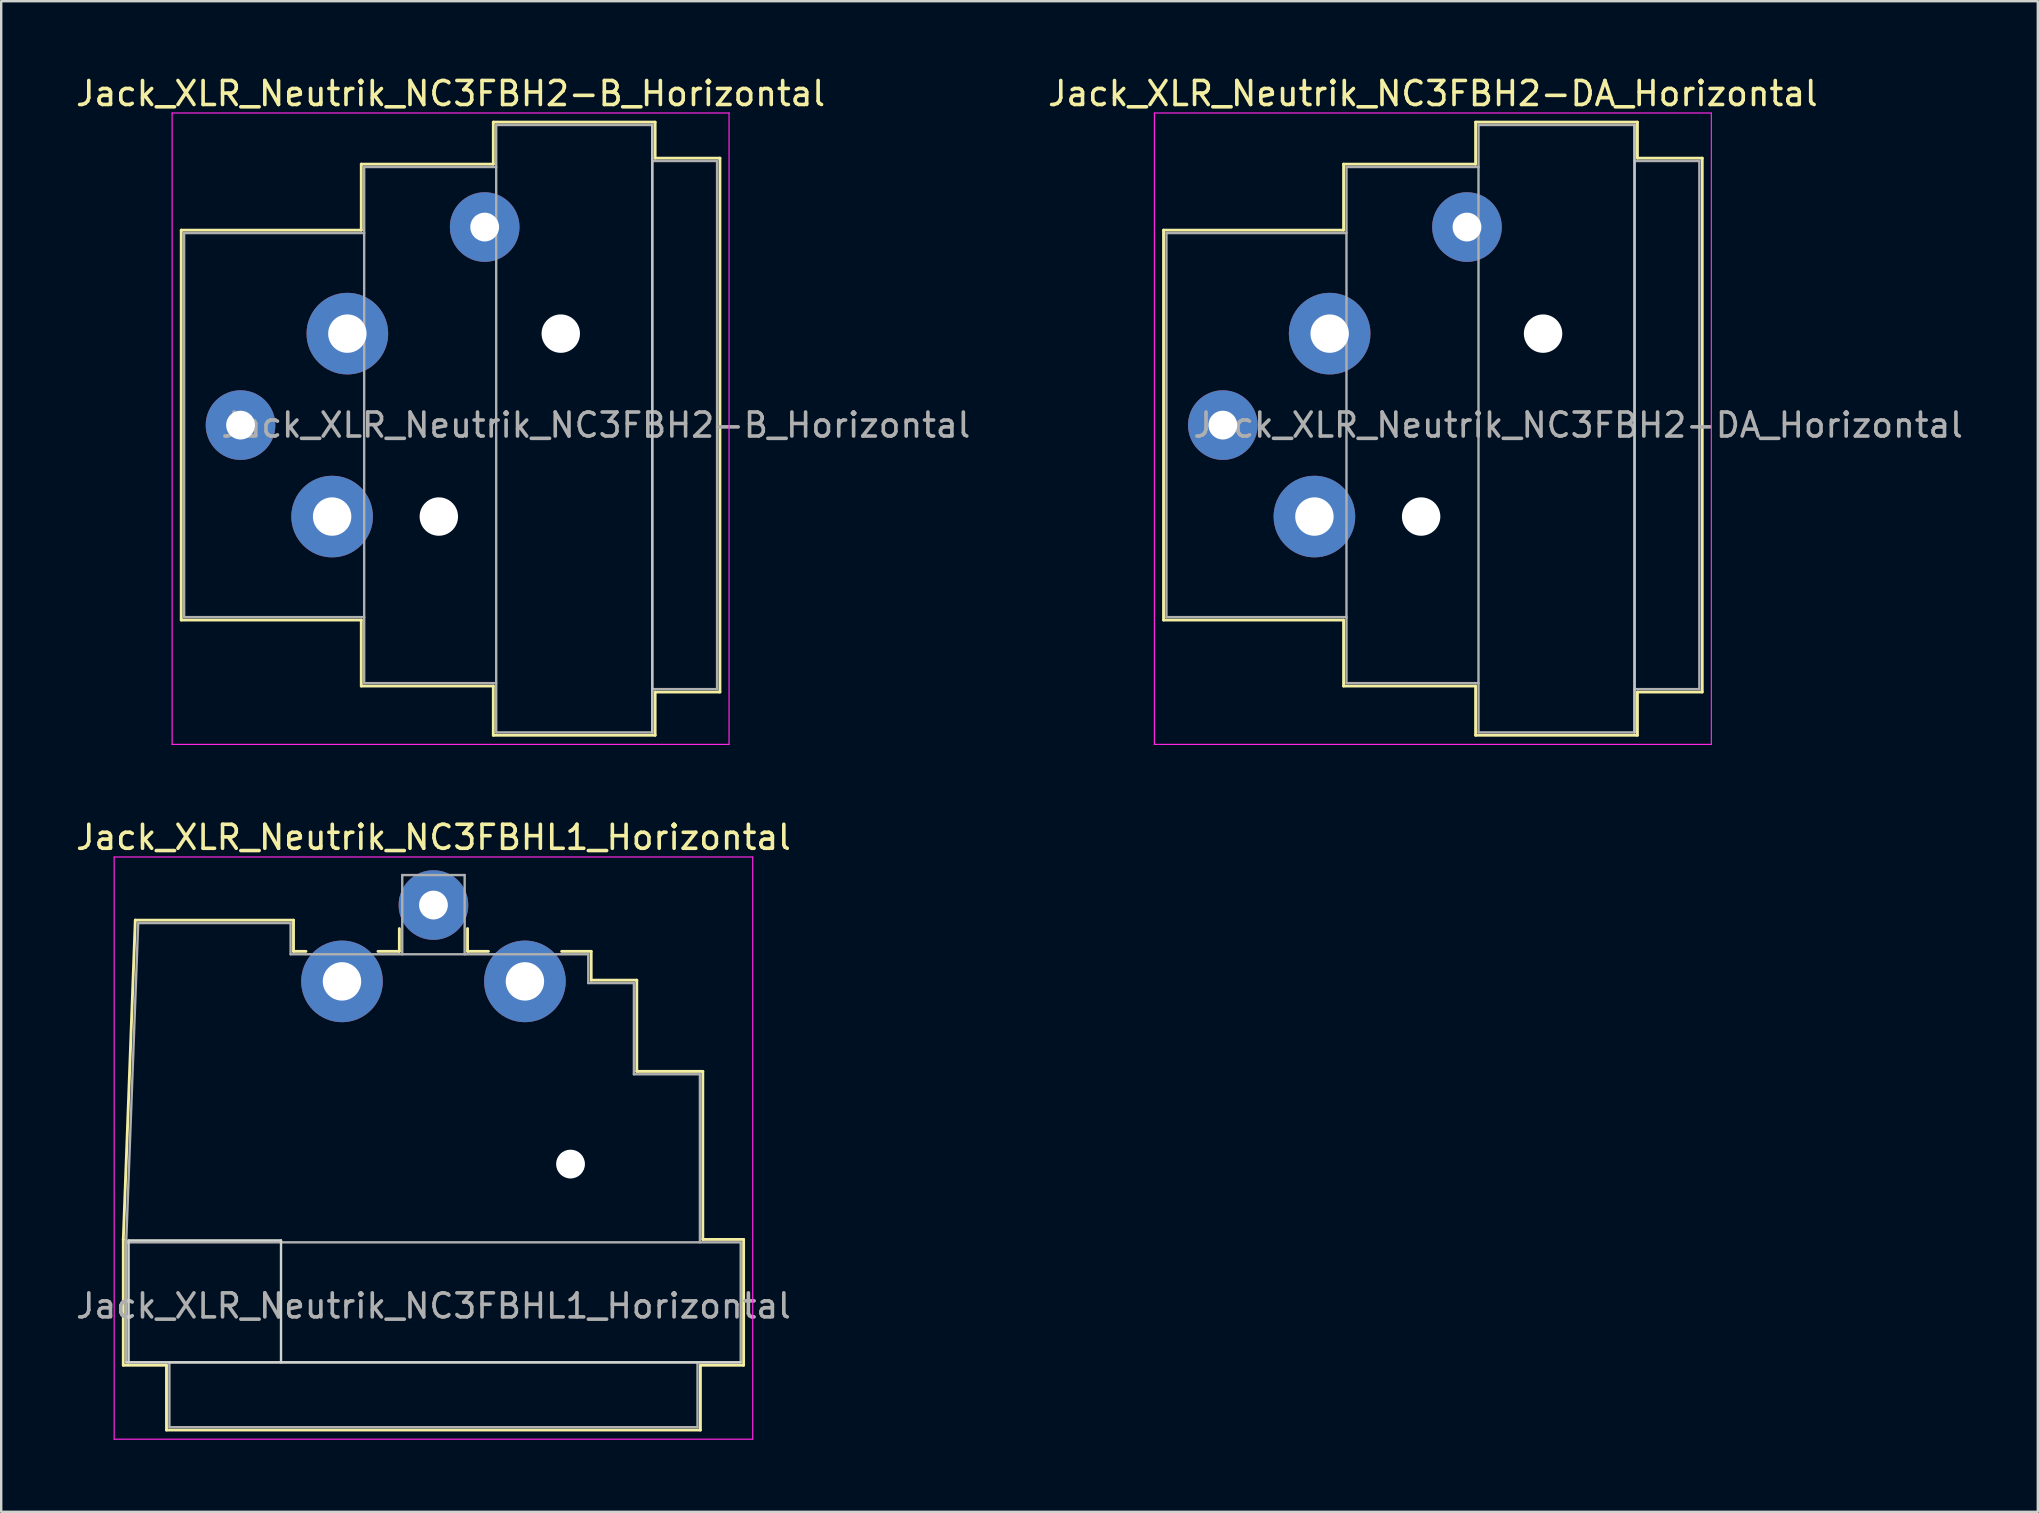
<source format=kicad_pcb>
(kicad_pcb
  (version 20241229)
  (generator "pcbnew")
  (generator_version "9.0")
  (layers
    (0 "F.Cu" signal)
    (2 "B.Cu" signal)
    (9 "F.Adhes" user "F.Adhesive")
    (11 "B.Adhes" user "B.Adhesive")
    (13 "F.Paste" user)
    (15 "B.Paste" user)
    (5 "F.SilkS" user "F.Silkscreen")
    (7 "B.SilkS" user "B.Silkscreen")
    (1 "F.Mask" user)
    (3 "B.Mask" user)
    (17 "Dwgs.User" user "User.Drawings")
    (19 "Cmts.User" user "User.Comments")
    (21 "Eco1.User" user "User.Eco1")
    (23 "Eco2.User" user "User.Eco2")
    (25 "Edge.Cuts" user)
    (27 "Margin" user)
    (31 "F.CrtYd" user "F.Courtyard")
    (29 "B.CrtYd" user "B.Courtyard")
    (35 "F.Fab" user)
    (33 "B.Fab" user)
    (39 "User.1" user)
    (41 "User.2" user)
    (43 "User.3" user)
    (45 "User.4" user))
  (footprint "Jack_XLR_Neutrik_NC3FBHL1_Horizontal"
    (layer "F.Cu")
    (at 11.196 37.831)
    (property "Reference" "Jack_XLR_Neutrik_NC3FBHL1_Horizontal" (at 3.81 -6 0) (layer "F.SilkS") (effects (font (size 1 1) (thickness 0.15))))
    (attr through_hole)
    (fp_line (start -9.11 10.75) (end -8.61 -2.55) (stroke (width 0.12) (type solid)) (layer "F.SilkS"))
    (fp_line (start -9.11 15.99) (end -9.11 10.75) (stroke (width 0.12) (type solid)) (layer "F.SilkS"))
    (fp_line (start -8.61 -2.55) (end -2.02 -2.55) (stroke (width 0.12) (type solid)) (layer "F.SilkS"))
    (fp_line (start -7.31 15.99) (end -9.11 15.99) (stroke (width 0.12) (type solid)) (layer "F.SilkS"))
    (fp_line (start -7.31 15.99) (end -7.31 18.69) (stroke (width 0.12) (type solid)) (layer "F.SilkS"))
    (fp_line (start -2.02 -2.55) (end -2.02 -1.25) (stroke (width 0.12) (type solid)) (layer "F.SilkS"))
    (fp_line (start -2.02 -1.25) (end -1.5 -1.25) (stroke (width 0.12) (type solid)) (layer "F.SilkS"))
    (fp_line (start 1.5 -1.25) (end 2.39 -1.25) (stroke (width 0.12) (type solid)) (layer "F.SilkS"))
    (fp_line (start 2.39 -1.25) (end 2.39 -2.2) (stroke (width 0.12) (type solid)) (layer "F.SilkS"))
    (fp_line (start 5.23 -1.25) (end 5.23 -2.2) (stroke (width 0.12) (type solid)) (layer "F.SilkS"))
    (fp_line (start 5.23 -1.25) (end 6.1 -1.25) (stroke (width 0.12) (type solid)) (layer "F.SilkS"))
    (fp_line (start 9.15 -1.25) (end 10.38 -1.25) (stroke (width 0.12) (type solid)) (layer "F.SilkS"))
    (fp_line (start 10.38 -0.05) (end 10.38 -1.25) (stroke (width 0.12) (type solid)) (layer "F.SilkS"))
    (fp_line (start 10.38 -0.05) (end 12.28 -0.05) (stroke (width 0.12) (type solid)) (layer "F.SilkS"))
    (fp_line (start 12.28 3.75) (end 12.28 -0.05) (stroke (width 0.12) (type solid)) (layer "F.SilkS"))
    (fp_line (start 12.28 3.75) (end 15.03 3.75) (stroke (width 0.12) (type solid)) (layer "F.SilkS"))
    (fp_line (start 14.93 15.99) (end 14.93 18.69) (stroke (width 0.12) (type solid)) (layer "F.SilkS"))
    (fp_line (start 14.93 18.69) (end -7.31 18.69) (stroke (width 0.12) (type solid)) (layer "F.SilkS"))
    (fp_line (start 15.03 10.75) (end 15.03 3.75) (stroke (width 0.12) (type solid)) (layer "F.SilkS"))
    (fp_line (start 15.03 10.75) (end 16.73 10.75) (stroke (width 0.12) (type solid)) (layer "F.SilkS"))
    (fp_line (start 16.73 15.99) (end 14.93 15.99) (stroke (width 0.12) (type solid)) (layer "F.SilkS"))
    (fp_line (start 16.73 15.99) (end 16.73 10.75) (stroke (width 0.12) (type solid)) (layer "F.SilkS"))
    (fp_line (start -8.89 10.79) (end -8.89 15.87) (stroke (width 0.1) (type solid)) (layer "Edge.Cuts"))
    (fp_line (start -2.54 10.79) (end -8.89 10.79) (stroke (width 0.1) (type solid)) (layer "Edge.Cuts"))
    (fp_line (start -2.54 15.87) (end -2.54 10.79) (stroke (width 0.1) (type solid)) (layer "Edge.Cuts"))
    (fp_line (start 16.61 15.87) (end -8.99 15.87) (stroke (width 0.1) (type solid)) (layer "Edge.Cuts"))
    (fp_line (start -9.49 19.07) (end -9.49 -5.18) (stroke (width 0.05) (type solid)) (layer "F.CrtYd"))
    (fp_line (start 17.11 -5.18) (end -9.49 -5.18) (stroke (width 0.05) (type solid)) (layer "F.CrtYd"))
    (fp_line (start 17.11 19.07) (end -9.49 19.07) (stroke (width 0.05) (type solid)) (layer "F.CrtYd"))
    (fp_line (start 17.11 19.07) (end 17.11 -5.18) (stroke (width 0.05) (type solid)) (layer "F.CrtYd"))
    (fp_line (start -8.99 10.87) (end 16.61 10.87) (stroke (width 0.1) (type solid)) (layer "F.Fab"))
    (fp_line (start -8.99 15.87) (end -8.99 10.87) (stroke (width 0.1) (type solid)) (layer "F.Fab"))
    (fp_line (start -8.49 -2.43) (end -8.99 10.87) (stroke (width 0.1) (type solid)) (layer "F.Fab"))
    (fp_line (start -8.49 -2.43) (end -2.14 -2.43) (stroke (width 0.1) (type solid)) (layer "F.Fab"))
    (fp_line (start -7.19 18.57) (end -7.19 15.87) (stroke (width 0.1) (type solid)) (layer "F.Fab"))
    (fp_line (start -2.14 -1.13) (end -2.14 -2.43) (stroke (width 0.1) (type solid)) (layer "F.Fab"))
    (fp_line (start -2.14 -1.13) (end 10.26 -1.13) (stroke (width 0.1) (type solid)) (layer "F.Fab"))
    (fp_line (start 2.51 -4.43) (end 2.51 -1.13) (stroke (width 0.1) (type solid)) (layer "F.Fab"))
    (fp_line (start 2.51 -4.43) (end 5.11 -4.43) (stroke (width 0.1) (type solid)) (layer "F.Fab"))
    (fp_line (start 5.11 -4.43) (end 5.11 -1.13) (stroke (width 0.1) (type solid)) (layer "F.Fab"))
    (fp_line (start 10.26 -1.13) (end 10.26 0.07) (stroke (width 0.1) (type solid)) (layer "F.Fab"))
    (fp_line (start 10.26 0.07) (end 12.16 0.07) (stroke (width 0.1) (type solid)) (layer "F.Fab"))
    (fp_line (start 12.16 0.07) (end 12.16 3.87) (stroke (width 0.1) (type solid)) (layer "F.Fab"))
    (fp_line (start 12.16 3.87) (end 14.91 3.87) (stroke (width 0.1) (type solid)) (layer "F.Fab"))
    (fp_line (start 14.81 15.87) (end 14.81 18.57) (stroke (width 0.1) (type solid)) (layer "F.Fab"))
    (fp_line (start 14.81 18.57) (end -7.19 18.57) (stroke (width 0.1) (type solid)) (layer "F.Fab"))
    (fp_line (start 14.91 3.87) (end 14.91 10.87) (stroke (width 0.1) (type solid)) (layer "F.Fab"))
    (fp_line (start 16.61 10.87) (end 16.61 15.87) (stroke (width 0.1) (type solid)) (layer "F.Fab"))
    (fp_line (start 16.61 15.87) (end -8.99 15.87) (stroke (width 0.1) (type solid)) (layer "F.Fab"))
    (fp_text user "${REFERENCE}" (at 3.81 13.52 0) (layer "F.Fab") (effects (font (size 1 1) (thickness 0.15))))
    (pad "" np_thru_hole circle (at 9.52 7.61) (size 1.2 1.2) (drill 1.2) (layers "*.Cu" "*.Mask"))
    (pad "1" thru_hole circle (at 0 0) (size 3.4 3.4) (drill 1.6) (layers "*.Cu" "*.Mask"))
    (pad "2" thru_hole circle (at 3.81 -3.18) (size 2.9 2.9) (drill 1.2) (layers "*.Cu" "*.Mask"))
    (pad "3" thru_hole circle (at 7.62 0) (size 3.4 3.4) (drill 1.6) (layers "*.Cu" "*.Mask")))
  (footprint "Jack_XLR_Neutrik_NC3FBH2-B_Horizontal"
    (layer "F.Cu")
    (at 11.42 10.848)
    (property "Reference" "Jack_XLR_Neutrik_NC3FBH2-B_Horizontal" (at 4.3 -10 0) (layer "F.SilkS") (effects (font (size 1 1) (thickness 0.15))))
    (attr through_hole)
    (fp_line (start -6.92 -4.31) (end -6.92 11.93) (stroke (width 0.12) (type solid)) (layer "F.SilkS"))
    (fp_line (start 0.58 -7.06) (end 0.58 -4.31) (stroke (width 0.12) (type solid)) (layer "F.SilkS"))
    (fp_line (start 0.58 -4.31) (end -6.92 -4.31) (stroke (width 0.12) (type solid)) (layer "F.SilkS"))
    (fp_line (start 0.58 11.93) (end -6.92 11.93) (stroke (width 0.12) (type solid)) (layer "F.SilkS"))
    (fp_line (start 0.58 11.93) (end 0.58 14.68) (stroke (width 0.12) (type solid)) (layer "F.SilkS"))
    (fp_line (start 6.08 -7.06) (end 0.58 -7.06) (stroke (width 0.12) (type solid)) (layer "F.SilkS"))
    (fp_line (start 6.08 -7.06) (end 6.08 -8.81) (stroke (width 0.12) (type solid)) (layer "F.SilkS"))
    (fp_line (start 6.08 14.68) (end 0.58 14.68) (stroke (width 0.12) (type solid)) (layer "F.SilkS"))
    (fp_line (start 6.08 16.73) (end 6.08 14.68) (stroke (width 0.12) (type solid)) (layer "F.SilkS"))
    (fp_line (start 12.82 -8.81) (end 6.08 -8.81) (stroke (width 0.12) (type solid)) (layer "F.SilkS"))
    (fp_line (start 12.82 -8.81) (end 12.82 -7.31) (stroke (width 0.12) (type solid)) (layer "F.SilkS"))
    (fp_line (start 12.82 -7.31) (end 15.52 -7.31) (stroke (width 0.12) (type solid)) (layer "F.SilkS"))
    (fp_line (start 12.82 14.93) (end 12.82 16.73) (stroke (width 0.12) (type solid)) (layer "F.SilkS"))
    (fp_line (start 12.82 14.93) (end 15.52 14.93) (stroke (width 0.12) (type solid)) (layer "F.SilkS"))
    (fp_line (start 12.82 16.73) (end 6.08 16.73) (stroke (width 0.12) (type solid)) (layer "F.SilkS"))
    (fp_line (start 15.52 -7.31) (end 15.52 14.93) (stroke (width 0.12) (type solid)) (layer "F.SilkS"))
    (fp_line (start 12.7 -8.69) (end 12.7 16.61) (stroke (width 0.1) (type solid)) (layer "Dwgs.User"))
    (fp_line (start -7.3 -9.19) (end -7.3 17.11) (stroke (width 0.05) (type solid)) (layer "F.CrtYd"))
    (fp_line (start 15.9 -9.19) (end -7.3 -9.19) (stroke (width 0.05) (type solid)) (layer "F.CrtYd"))
    (fp_line (start 15.9 -9.19) (end 15.9 17.11) (stroke (width 0.05) (type solid)) (layer "F.CrtYd"))
    (fp_line (start 15.9 17.11) (end -7.3 17.11) (stroke (width 0.05) (type solid)) (layer "F.CrtYd"))
    (fp_line (start -6.8 -4.19) (end -6.8 11.81) (stroke (width 0.1) (type solid)) (layer "F.Fab"))
    (fp_line (start -6.8 11.81) (end 0.7 11.81) (stroke (width 0.1) (type solid)) (layer "F.Fab"))
    (fp_line (start 0.7 -6.94) (end 0.7 14.56) (stroke (width 0.1) (type solid)) (layer "F.Fab"))
    (fp_line (start 0.7 -4.19) (end -6.8 -4.19) (stroke (width 0.1) (type solid)) (layer "F.Fab"))
    (fp_line (start 0.7 14.56) (end 6.2 14.56) (stroke (width 0.1) (type solid)) (layer "F.Fab"))
    (fp_line (start 6.2 -8.69) (end 12.7 -8.69) (stroke (width 0.1) (type solid)) (layer "F.Fab"))
    (fp_line (start 6.2 -6.94) (end 0.7 -6.94) (stroke (width 0.1) (type solid)) (layer "F.Fab"))
    (fp_line (start 6.2 16.61) (end 6.2 -8.69) (stroke (width 0.1) (type solid)) (layer "F.Fab"))
    (fp_line (start 12.7 -8.69) (end 12.7 16.61) (stroke (width 0.1) (type solid)) (layer "F.Fab"))
    (fp_line (start 12.7 -7.19) (end 15.4 -7.19) (stroke (width 0.1) (type solid)) (layer "F.Fab"))
    (fp_line (start 12.7 16.61) (end 6.2 16.61) (stroke (width 0.1) (type solid)) (layer "F.Fab"))
    (fp_line (start 15.4 -7.19) (end 15.4 14.81) (stroke (width 0.1) (type solid)) (layer "F.Fab"))
    (fp_line (start 15.4 14.81) (end 12.7 14.81) (stroke (width 0.1) (type solid)) (layer "F.Fab"))
    (fp_text user "${REFERENCE}" (at 10.35 3.81 0) (layer "F.Fab") (effects (font (size 1 1) (thickness 0.15))))
    (pad "" np_thru_hole circle (at 3.81 7.62) (size 1.6 1.6) (drill 1.6) (layers "*.Cu" "*.Mask"))
    (pad "" np_thru_hole circle (at 8.89 0) (size 1.6 1.6) (drill 1.6) (layers "*.Cu" "*.Mask"))
    (pad "1" thru_hole circle (at 0 0) (size 3.4 3.4) (drill 1.6) (layers "*.Cu" "*.Mask"))
    (pad "2" thru_hole circle (at -0.635 7.62) (size 3.4 3.4) (drill 1.6) (layers "*.Cu" "*.Mask"))
    (pad "3" thru_hole circle (at -4.45 3.81) (size 2.9 2.9) (drill 1.2) (layers "*.Cu" "*.Mask"))
    (pad "G" thru_hole circle (at 5.72 -4.44) (size 2.9 2.9) (drill 1.2) (layers "*.Cu" "*.Mask")))
  (footprint "Jack_XLR_Neutrik_NC3FBH2-DA_Horizontal"
    (layer "F.Cu")
    (at 52.339 10.848)
    (property "Reference" "Jack_XLR_Neutrik_NC3FBH2-DA_Horizontal" (at 4.3 -10 0) (layer "F.SilkS") (effects (font (size 1 1) (thickness 0.15))))
    (attr through_hole)
    (fp_line (start -6.92 -4.31) (end -6.92 11.93) (stroke (width 0.12) (type solid)) (layer "F.SilkS"))
    (fp_line (start 0.58 -7.06) (end 0.58 -4.31) (stroke (width 0.12) (type solid)) (layer "F.SilkS"))
    (fp_line (start 0.58 -4.31) (end -6.92 -4.31) (stroke (width 0.12) (type solid)) (layer "F.SilkS"))
    (fp_line (start 0.58 11.93) (end -6.92 11.93) (stroke (width 0.12) (type solid)) (layer "F.SilkS"))
    (fp_line (start 0.58 11.93) (end 0.58 14.68) (stroke (width 0.12) (type solid)) (layer "F.SilkS"))
    (fp_line (start 6.08 -7.06) (end 0.58 -7.06) (stroke (width 0.12) (type solid)) (layer "F.SilkS"))
    (fp_line (start 6.08 -7.06) (end 6.08 -8.81) (stroke (width 0.12) (type solid)) (layer "F.SilkS"))
    (fp_line (start 6.08 14.68) (end 0.58 14.68) (stroke (width 0.12) (type solid)) (layer "F.SilkS"))
    (fp_line (start 6.08 16.73) (end 6.08 14.68) (stroke (width 0.12) (type solid)) (layer "F.SilkS"))
    (fp_line (start 12.82 -8.81) (end 6.08 -8.81) (stroke (width 0.12) (type solid)) (layer "F.SilkS"))
    (fp_line (start 12.82 -8.81) (end 12.82 -7.31) (stroke (width 0.12) (type solid)) (layer "F.SilkS"))
    (fp_line (start 12.82 -7.31) (end 15.52 -7.31) (stroke (width 0.12) (type solid)) (layer "F.SilkS"))
    (fp_line (start 12.82 14.93) (end 12.82 16.73) (stroke (width 0.12) (type solid)) (layer "F.SilkS"))
    (fp_line (start 12.82 14.93) (end 15.52 14.93) (stroke (width 0.12) (type solid)) (layer "F.SilkS"))
    (fp_line (start 12.82 16.73) (end 6.08 16.73) (stroke (width 0.12) (type solid)) (layer "F.SilkS"))
    (fp_line (start 15.52 -7.31) (end 15.52 14.93) (stroke (width 0.12) (type solid)) (layer "F.SilkS"))
    (fp_line (start 12.7 -8.69) (end 12.7 16.61) (stroke (width 0.1) (type solid)) (layer "Dwgs.User"))
    (fp_line (start -7.3 -9.19) (end -7.3 17.11) (stroke (width 0.05) (type solid)) (layer "F.CrtYd"))
    (fp_line (start 15.9 -9.19) (end -7.3 -9.19) (stroke (width 0.05) (type solid)) (layer "F.CrtYd"))
    (fp_line (start 15.9 -9.19) (end 15.9 17.11) (stroke (width 0.05) (type solid)) (layer "F.CrtYd"))
    (fp_line (start 15.9 17.11) (end -7.3 17.11) (stroke (width 0.05) (type solid)) (layer "F.CrtYd"))
    (fp_line (start -6.8 -4.19) (end -6.8 11.81) (stroke (width 0.1) (type solid)) (layer "F.Fab"))
    (fp_line (start -6.8 11.81) (end 0.7 11.81) (stroke (width 0.1) (type solid)) (layer "F.Fab"))
    (fp_line (start 0.7 -6.94) (end 0.7 14.56) (stroke (width 0.1) (type solid)) (layer "F.Fab"))
    (fp_line (start 0.7 -4.19) (end -6.8 -4.19) (stroke (width 0.1) (type solid)) (layer "F.Fab"))
    (fp_line (start 0.7 14.56) (end 6.2 14.56) (stroke (width 0.1) (type solid)) (layer "F.Fab"))
    (fp_line (start 6.2 -8.69) (end 12.7 -8.69) (stroke (width 0.1) (type solid)) (layer "F.Fab"))
    (fp_line (start 6.2 -6.94) (end 0.7 -6.94) (stroke (width 0.1) (type solid)) (layer "F.Fab"))
    (fp_line (start 6.2 16.61) (end 6.2 -8.69) (stroke (width 0.1) (type solid)) (layer "F.Fab"))
    (fp_line (start 12.7 -8.69) (end 12.7 16.61) (stroke (width 0.1) (type solid)) (layer "F.Fab"))
    (fp_line (start 12.7 -7.19) (end 15.4 -7.19) (stroke (width 0.1) (type solid)) (layer "F.Fab"))
    (fp_line (start 12.7 16.61) (end 6.2 16.61) (stroke (width 0.1) (type solid)) (layer "F.Fab"))
    (fp_line (start 15.4 -7.19) (end 15.4 14.81) (stroke (width 0.1) (type solid)) (layer "F.Fab"))
    (fp_line (start 15.4 14.81) (end 12.7 14.81) (stroke (width 0.1) (type solid)) (layer "F.Fab"))
    (fp_text user "${REFERENCE}" (at 10.35 3.81 0) (layer "F.Fab") (effects (font (size 1 1) (thickness 0.15))))
    (pad "" np_thru_hole circle (at 3.81 7.62) (size 1.6 1.6) (drill 1.6) (layers "*.Cu" "*.Mask"))
    (pad "" np_thru_hole circle (at 8.89 0) (size 1.6 1.6) (drill 1.6) (layers "*.Cu" "*.Mask"))
    (pad "1" thru_hole circle (at 0 0) (size 3.4 3.4) (drill 1.6) (layers "*.Cu" "*.Mask"))
    (pad "2" thru_hole circle (at -0.635 7.62) (size 3.4 3.4) (drill 1.6) (layers "*.Cu" "*.Mask"))
    (pad "3" thru_hole circle (at -4.45 3.81) (size 2.9 2.9) (drill 1.2) (layers "*.Cu" "*.Mask"))
    (pad "G" thru_hole circle (at 5.72 -4.44) (size 2.9 2.9) (drill 1.2) (layers "*.Cu" "*.Mask")))
  (gr_rect
    (start -3 -3)
    (end 81.838 59.926)
    (stroke (width 0.1) (type default))
    (fill no)
    (layer "Edge.Cuts")))
</source>
